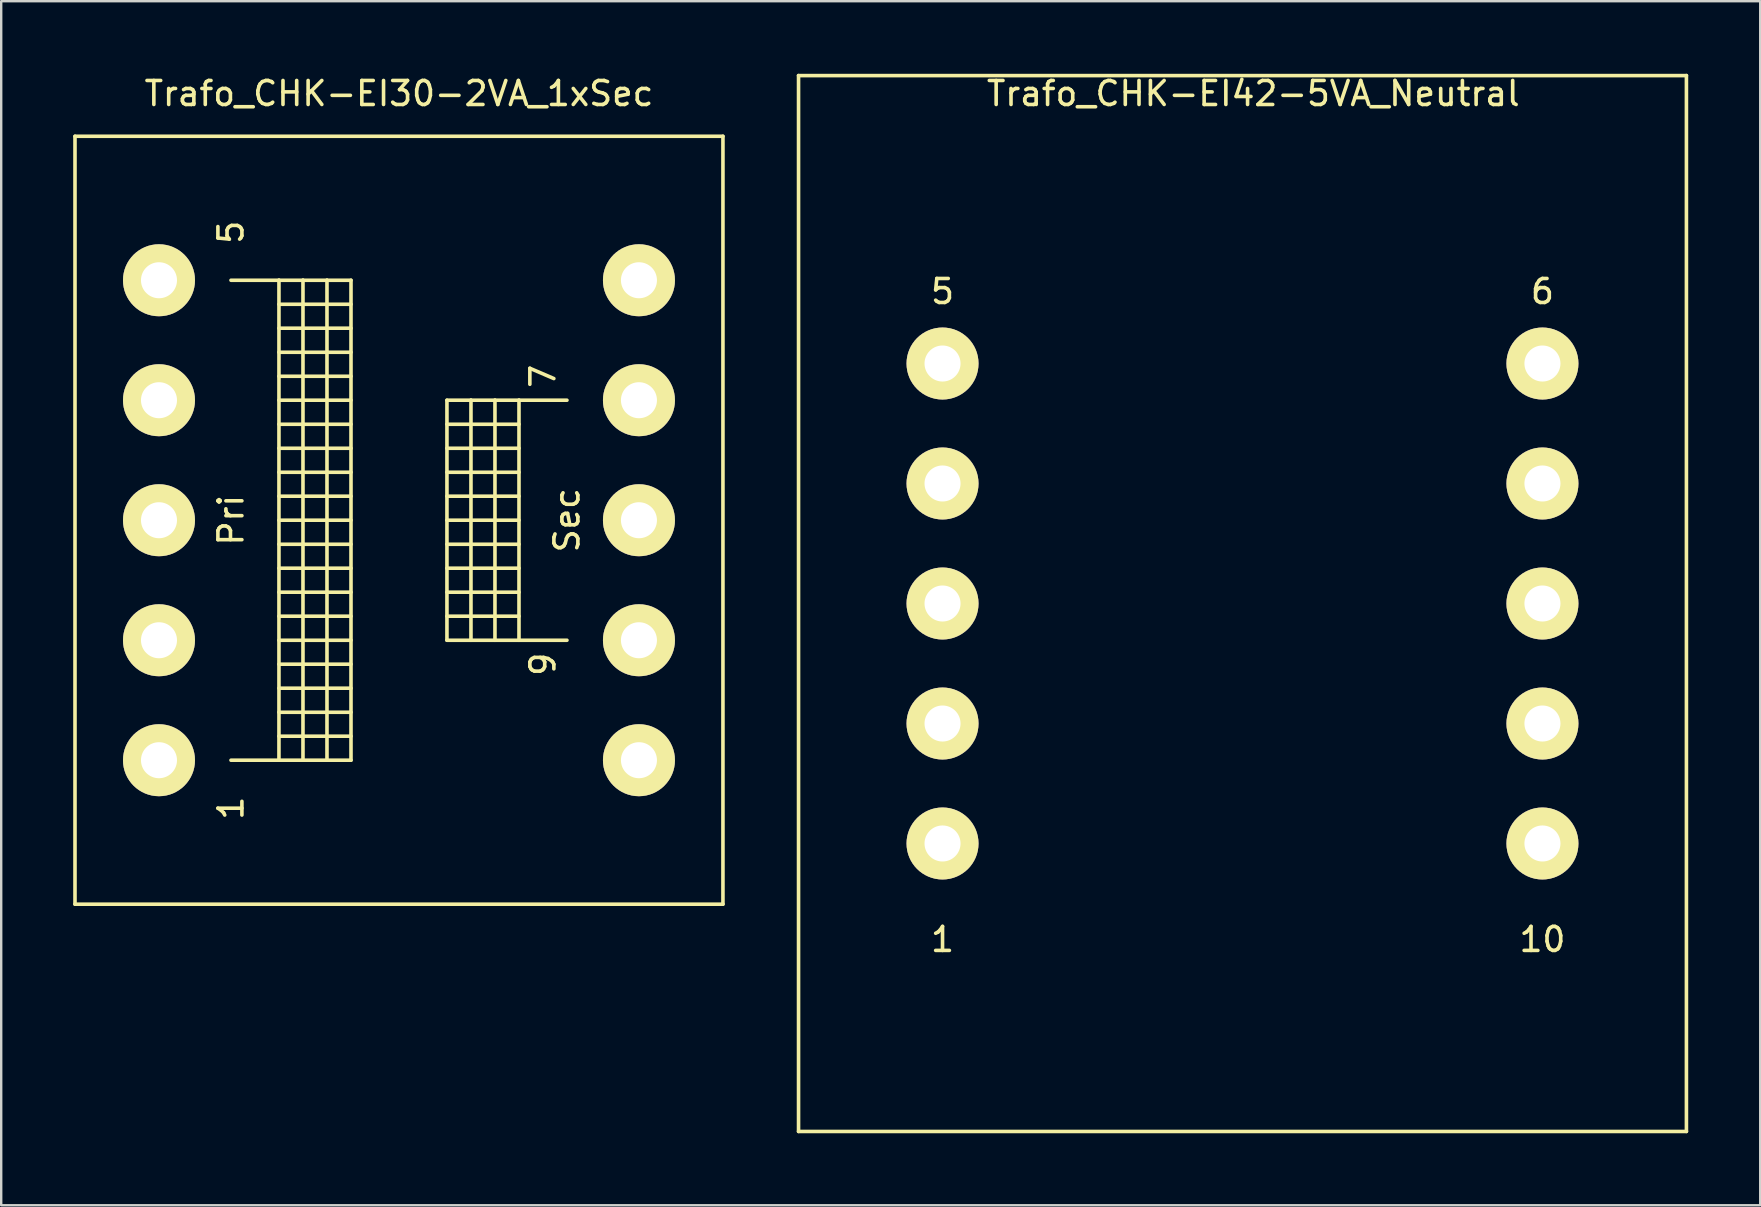
<source format=kicad_pcb>
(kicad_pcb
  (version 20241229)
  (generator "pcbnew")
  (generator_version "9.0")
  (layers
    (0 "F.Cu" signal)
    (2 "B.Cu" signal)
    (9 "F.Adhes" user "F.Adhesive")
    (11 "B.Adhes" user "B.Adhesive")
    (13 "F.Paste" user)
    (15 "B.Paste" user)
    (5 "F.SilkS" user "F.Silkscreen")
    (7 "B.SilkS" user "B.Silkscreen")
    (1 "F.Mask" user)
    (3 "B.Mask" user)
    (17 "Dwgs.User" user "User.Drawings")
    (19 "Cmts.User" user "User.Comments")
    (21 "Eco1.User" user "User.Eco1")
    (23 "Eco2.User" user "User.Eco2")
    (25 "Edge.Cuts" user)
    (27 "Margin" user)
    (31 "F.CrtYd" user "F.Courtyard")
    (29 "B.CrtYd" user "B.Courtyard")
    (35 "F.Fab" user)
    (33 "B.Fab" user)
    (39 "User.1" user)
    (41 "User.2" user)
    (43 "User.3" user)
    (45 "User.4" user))
  (footprint "Trafo_CHK-EI30-2VA_1xSec"
    (layer "F.Cu")
    (at 13.575 18.628)
    (property "Reference" "Trafo_CHK-EI30-2VA_1xSec" (at 0 -17.78 0) (layer "F.SilkS") (effects (font (size 1 1) (thickness 0.15))))
    (attr through_hole)
    (fp_line (start -13.5 -15.999) (end -13.5 15.999) (stroke (width 0.15) (type solid)) (layer "F.SilkS"))
    (fp_line (start -13.5 15.999) (end 13.5 15.999) (stroke (width 0.15) (type solid)) (layer "F.SilkS"))
    (fp_line (start -7 -10) (end -5.001 -10) (stroke (width 0.15) (type solid)) (layer "F.SilkS"))
    (fp_line (start -5.001 -10) (end -5.001 10) (stroke (width 0.15) (type solid)) (layer "F.SilkS"))
    (fp_line (start -5.001 -10) (end -4 -10) (stroke (width 0.15) (type solid)) (layer "F.SilkS"))
    (fp_line (start -5.001 -8.999) (end -1.999 -8.999) (stroke (width 0.15) (type solid)) (layer "F.SilkS"))
    (fp_line (start -5.001 -7) (end -1.999 -7) (stroke (width 0.15) (type solid)) (layer "F.SilkS"))
    (fp_line (start -5.001 -5.001) (end -1.999 -5.001) (stroke (width 0.15) (type solid)) (layer "F.SilkS"))
    (fp_line (start -5.001 -3) (end -1.999 -3) (stroke (width 0.15) (type solid)) (layer "F.SilkS"))
    (fp_line (start -5.001 -1.001) (end -1.999 -1.001) (stroke (width 0.15) (type solid)) (layer "F.SilkS"))
    (fp_line (start -5.001 1.001) (end -1.999 1.001) (stroke (width 0.15) (type solid)) (layer "F.SilkS"))
    (fp_line (start -5.001 3) (end -1.999 3) (stroke (width 0.15) (type solid)) (layer "F.SilkS"))
    (fp_line (start -5.001 5.001) (end -1.999 5.001) (stroke (width 0.15) (type solid)) (layer "F.SilkS"))
    (fp_line (start -5.001 7) (end -1.999 7) (stroke (width 0.15) (type solid)) (layer "F.SilkS"))
    (fp_line (start -5.001 8.999) (end -1.999 8.999) (stroke (width 0.15) (type solid)) (layer "F.SilkS"))
    (fp_line (start -5.001 10) (end -7 10) (stroke (width 0.15) (type solid)) (layer "F.SilkS"))
    (fp_line (start -4 -10) (end -4 10) (stroke (width 0.15) (type solid)) (layer "F.SilkS"))
    (fp_line (start -4 -10) (end -3 -10) (stroke (width 0.15) (type solid)) (layer "F.SilkS"))
    (fp_line (start -4 10) (end -5.001 10) (stroke (width 0.15) (type solid)) (layer "F.SilkS"))
    (fp_line (start -3 -10) (end -3 10) (stroke (width 0.15) (type solid)) (layer "F.SilkS"))
    (fp_line (start -3 -10) (end -1.999 -10) (stroke (width 0.15) (type solid)) (layer "F.SilkS"))
    (fp_line (start -3 10) (end -4 10) (stroke (width 0.15) (type solid)) (layer "F.SilkS"))
    (fp_line (start -1.999 -10) (end -1.999 10) (stroke (width 0.15) (type solid)) (layer "F.SilkS"))
    (fp_line (start -1.999 -8.001) (end -5.001 -8.001) (stroke (width 0.15) (type solid)) (layer "F.SilkS"))
    (fp_line (start -1.999 -5.999) (end -5.001 -5.999) (stroke (width 0.15) (type solid)) (layer "F.SilkS"))
    (fp_line (start -1.999 -4) (end -5.001 -4) (stroke (width 0.15) (type solid)) (layer "F.SilkS"))
    (fp_line (start -1.999 -1.999) (end -5.001 -1.999) (stroke (width 0.15) (type solid)) (layer "F.SilkS"))
    (fp_line (start -1.999 0) (end -5.001 0) (stroke (width 0.15) (type solid)) (layer "F.SilkS"))
    (fp_line (start -1.999 1.999) (end -5.001 1.999) (stroke (width 0.15) (type solid)) (layer "F.SilkS"))
    (fp_line (start -1.999 4) (end -5.001 4) (stroke (width 0.15) (type solid)) (layer "F.SilkS"))
    (fp_line (start -1.999 5.999) (end -5.001 5.999) (stroke (width 0.15) (type solid)) (layer "F.SilkS"))
    (fp_line (start -1.999 8.001) (end -5.001 8.001) (stroke (width 0.15) (type solid)) (layer "F.SilkS"))
    (fp_line (start -1.999 10) (end -3 10) (stroke (width 0.15) (type solid)) (layer "F.SilkS"))
    (fp_line (start 1.999 -5.001) (end 1.999 5.001) (stroke (width 0.15) (type solid)) (layer "F.SilkS"))
    (fp_line (start 1.999 -4) (end 5.001 -4) (stroke (width 0.15) (type solid)) (layer "F.SilkS"))
    (fp_line (start 1.999 -1.999) (end 5.001 -1.999) (stroke (width 0.15) (type solid)) (layer "F.SilkS"))
    (fp_line (start 1.999 0) (end 5.001 0) (stroke (width 0.15) (type solid)) (layer "F.SilkS"))
    (fp_line (start 1.999 1.999) (end 5.001 1.999) (stroke (width 0.15) (type solid)) (layer "F.SilkS"))
    (fp_line (start 1.999 4) (end 5.001 4) (stroke (width 0.15) (type solid)) (layer "F.SilkS"))
    (fp_line (start 1.999 5.001) (end 3 5.001) (stroke (width 0.15) (type solid)) (layer "F.SilkS"))
    (fp_line (start 3 -5.001) (end 1.999 -5.001) (stroke (width 0.15) (type solid)) (layer "F.SilkS"))
    (fp_line (start 3 -5.001) (end 3 5.001) (stroke (width 0.15) (type solid)) (layer "F.SilkS"))
    (fp_line (start 3 5.001) (end 4 5.001) (stroke (width 0.15) (type solid)) (layer "F.SilkS"))
    (fp_line (start 4 -5.001) (end 3 -5.001) (stroke (width 0.15) (type solid)) (layer "F.SilkS"))
    (fp_line (start 4 -5.001) (end 4 5.001) (stroke (width 0.15) (type solid)) (layer "F.SilkS"))
    (fp_line (start 4 5.001) (end 5.001 5.001) (stroke (width 0.15) (type solid)) (layer "F.SilkS"))
    (fp_line (start 5.001 -5.001) (end 4 -5.001) (stroke (width 0.15) (type solid)) (layer "F.SilkS"))
    (fp_line (start 5.001 -5.001) (end 5.001 5.001) (stroke (width 0.15) (type solid)) (layer "F.SilkS"))
    (fp_line (start 5.001 -3) (end 1.999 -3) (stroke (width 0.15) (type solid)) (layer "F.SilkS"))
    (fp_line (start 5.001 -1.001) (end 1.999 -1.001) (stroke (width 0.15) (type solid)) (layer "F.SilkS"))
    (fp_line (start 5.001 1.001) (end 1.999 1.001) (stroke (width 0.15) (type solid)) (layer "F.SilkS"))
    (fp_line (start 5.001 3) (end 1.999 3) (stroke (width 0.15) (type solid)) (layer "F.SilkS"))
    (fp_line (start 5.001 5.001) (end 7 5.001) (stroke (width 0.15) (type solid)) (layer "F.SilkS"))
    (fp_line (start 7 -5.001) (end 5.001 -5.001) (stroke (width 0.15) (type solid)) (layer "F.SilkS"))
    (fp_line (start 13.5 -15.999) (end -13.5 -15.999) (stroke (width 0.15) (type solid)) (layer "F.SilkS"))
    (fp_line (start 13.5 15.999) (end 13.5 -15.999) (stroke (width 0.15) (type solid)) (layer "F.SilkS"))
    (fp_text user "7" (at 5.999 -5.999 90) (layer "F.SilkS") (effects (font (size 1 1) (thickness 0.15))))
    (fp_text user "Sec" (at 7 0 90) (layer "F.SilkS") (effects (font (size 1 1) (thickness 0.15))))
    (fp_text user "1" (at -7 11.999 90) (layer "F.SilkS") (effects (font (size 1 1) (thickness 0.15))))
    (fp_text user "9" (at 5.999 6.002 90) (layer "F.SilkS") (effects (font (size 1 1) (thickness 0.15))))
    (fp_text user "5" (at -7 -11.999 90) (layer "F.SilkS") (effects (font (size 1 1) (thickness 0.15))))
    (fp_text user "Pri" (at -7 0 90) (layer "F.SilkS") (effects (font (size 1 1) (thickness 0.15))))
    (pad "1" thru_hole circle (at -10 10) (size 3 3) (drill 1.501) (layers "*.Cu" "*.Mask" "F.SilkS"))
    (pad "2" thru_hole circle (at -10 5.001) (size 3 3) (drill 1.501) (layers "*.Cu" "*.Mask" "F.SilkS"))
    (pad "3" thru_hole circle (at -10 0) (size 3 3) (drill 1.501) (layers "*.Cu" "*.Mask" "F.SilkS"))
    (pad "4" thru_hole circle (at -10 -5.001) (size 3 3) (drill 1.501) (layers "*.Cu" "*.Mask" "F.SilkS"))
    (pad "5" thru_hole circle (at -10 -10) (size 3 3) (drill 1.501) (layers "*.Cu" "*.Mask" "F.SilkS"))
    (pad "6" thru_hole circle (at 10 -10) (size 3 3) (drill 1.501) (layers "*.Cu" "*.Mask" "F.SilkS"))
    (pad "7" thru_hole circle (at 10 -5.001) (size 3 3) (drill 1.501) (layers "*.Cu" "*.Mask" "F.SilkS"))
    (pad "8" thru_hole circle (at 10 0) (size 3 3) (drill 1.501) (layers "*.Cu" "*.Mask" "F.SilkS"))
    (pad "9" thru_hole circle (at 10 5.001) (size 3 3) (drill 1.501) (layers "*.Cu" "*.Mask" "F.SilkS"))
    (pad "10" thru_hole circle (at 10 10) (size 3 3) (drill 1.501) (layers "*.Cu" "*.Mask" "F.SilkS")))
  (footprint "Trafo_CHK-EI42-5VA_Neutral"
    (layer "F.Cu")
    (at 48.724 22.098)
    (property "Reference" "Trafo_CHK-EI42-5VA_Neutral" (at 0.45 -21.25 0) (layer "F.SilkS") (effects (font (size 1 1) (thickness 0.15))))
    (attr through_hole)
    (fp_line (start -18.499 -21.999) (end -18.499 21.999) (stroke (width 0.15) (type solid)) (layer "F.SilkS"))
    (fp_line (start -18.499 21.999) (end 18.499 21.999) (stroke (width 0.15) (type solid)) (layer "F.SilkS"))
    (fp_line (start 18.499 -21.999) (end -18.499 -21.999) (stroke (width 0.15) (type solid)) (layer "F.SilkS"))
    (fp_line (start 18.499 21.999) (end 18.499 -21.999) (stroke (width 0.15) (type solid)) (layer "F.SilkS"))
    (fp_text user "5" (at -12.499 -13 0) (layer "F.SilkS") (effects (font (size 1 1) (thickness 0.15))))
    (fp_text user "10" (at 12.499 14 0) (layer "F.SilkS") (effects (font (size 1 1) (thickness 0.15))))
    (fp_text user "1" (at -12.499 14 0) (layer "F.SilkS") (effects (font (size 1 1) (thickness 0.15))))
    (fp_text user "6" (at 12.499 -13 0) (layer "F.SilkS") (effects (font (size 1 1) (thickness 0.15))))
    (pad "1" thru_hole circle (at -12.499 10) (size 3 3) (drill 1.501) (layers "*.Cu" "*.Mask" "F.SilkS"))
    (pad "2" thru_hole circle (at -12.499 5.001) (size 3 3) (drill 1.501) (layers "*.Cu" "*.Mask" "F.SilkS"))
    (pad "3" thru_hole circle (at -12.499 0) (size 3 3) (drill 1.501) (layers "*.Cu" "*.Mask" "F.SilkS"))
    (pad "4" thru_hole circle (at -12.499 -5.001) (size 3 3) (drill 1.501) (layers "*.Cu" "*.Mask" "F.SilkS"))
    (pad "5" thru_hole circle (at -12.499 -10) (size 3 3) (drill 1.501) (layers "*.Cu" "*.Mask" "F.SilkS"))
    (pad "6" thru_hole circle (at 12.499 -10) (size 3 3) (drill 1.501) (layers "*.Cu" "*.Mask" "F.SilkS"))
    (pad "7" thru_hole circle (at 12.499 -5.001) (size 3 3) (drill 1.501) (layers "*.Cu" "*.Mask" "F.SilkS"))
    (pad "8" thru_hole circle (at 12.499 0) (size 3 3) (drill 1.501) (layers "*.Cu" "*.Mask" "F.SilkS"))
    (pad "9" thru_hole circle (at 12.499 5.001) (size 3 3) (drill 1.501) (layers "*.Cu" "*.Mask" "F.SilkS"))
    (pad "10" thru_hole circle (at 12.499 10) (size 3 3) (drill 1.501) (layers "*.Cu" "*.Mask" "F.SilkS")))
  (gr_rect
    (start -3 -3)
    (end 70.298 47.172)
    (stroke (width 0.1) (type default))
    (fill no)
    (layer "Edge.Cuts")))
</source>
